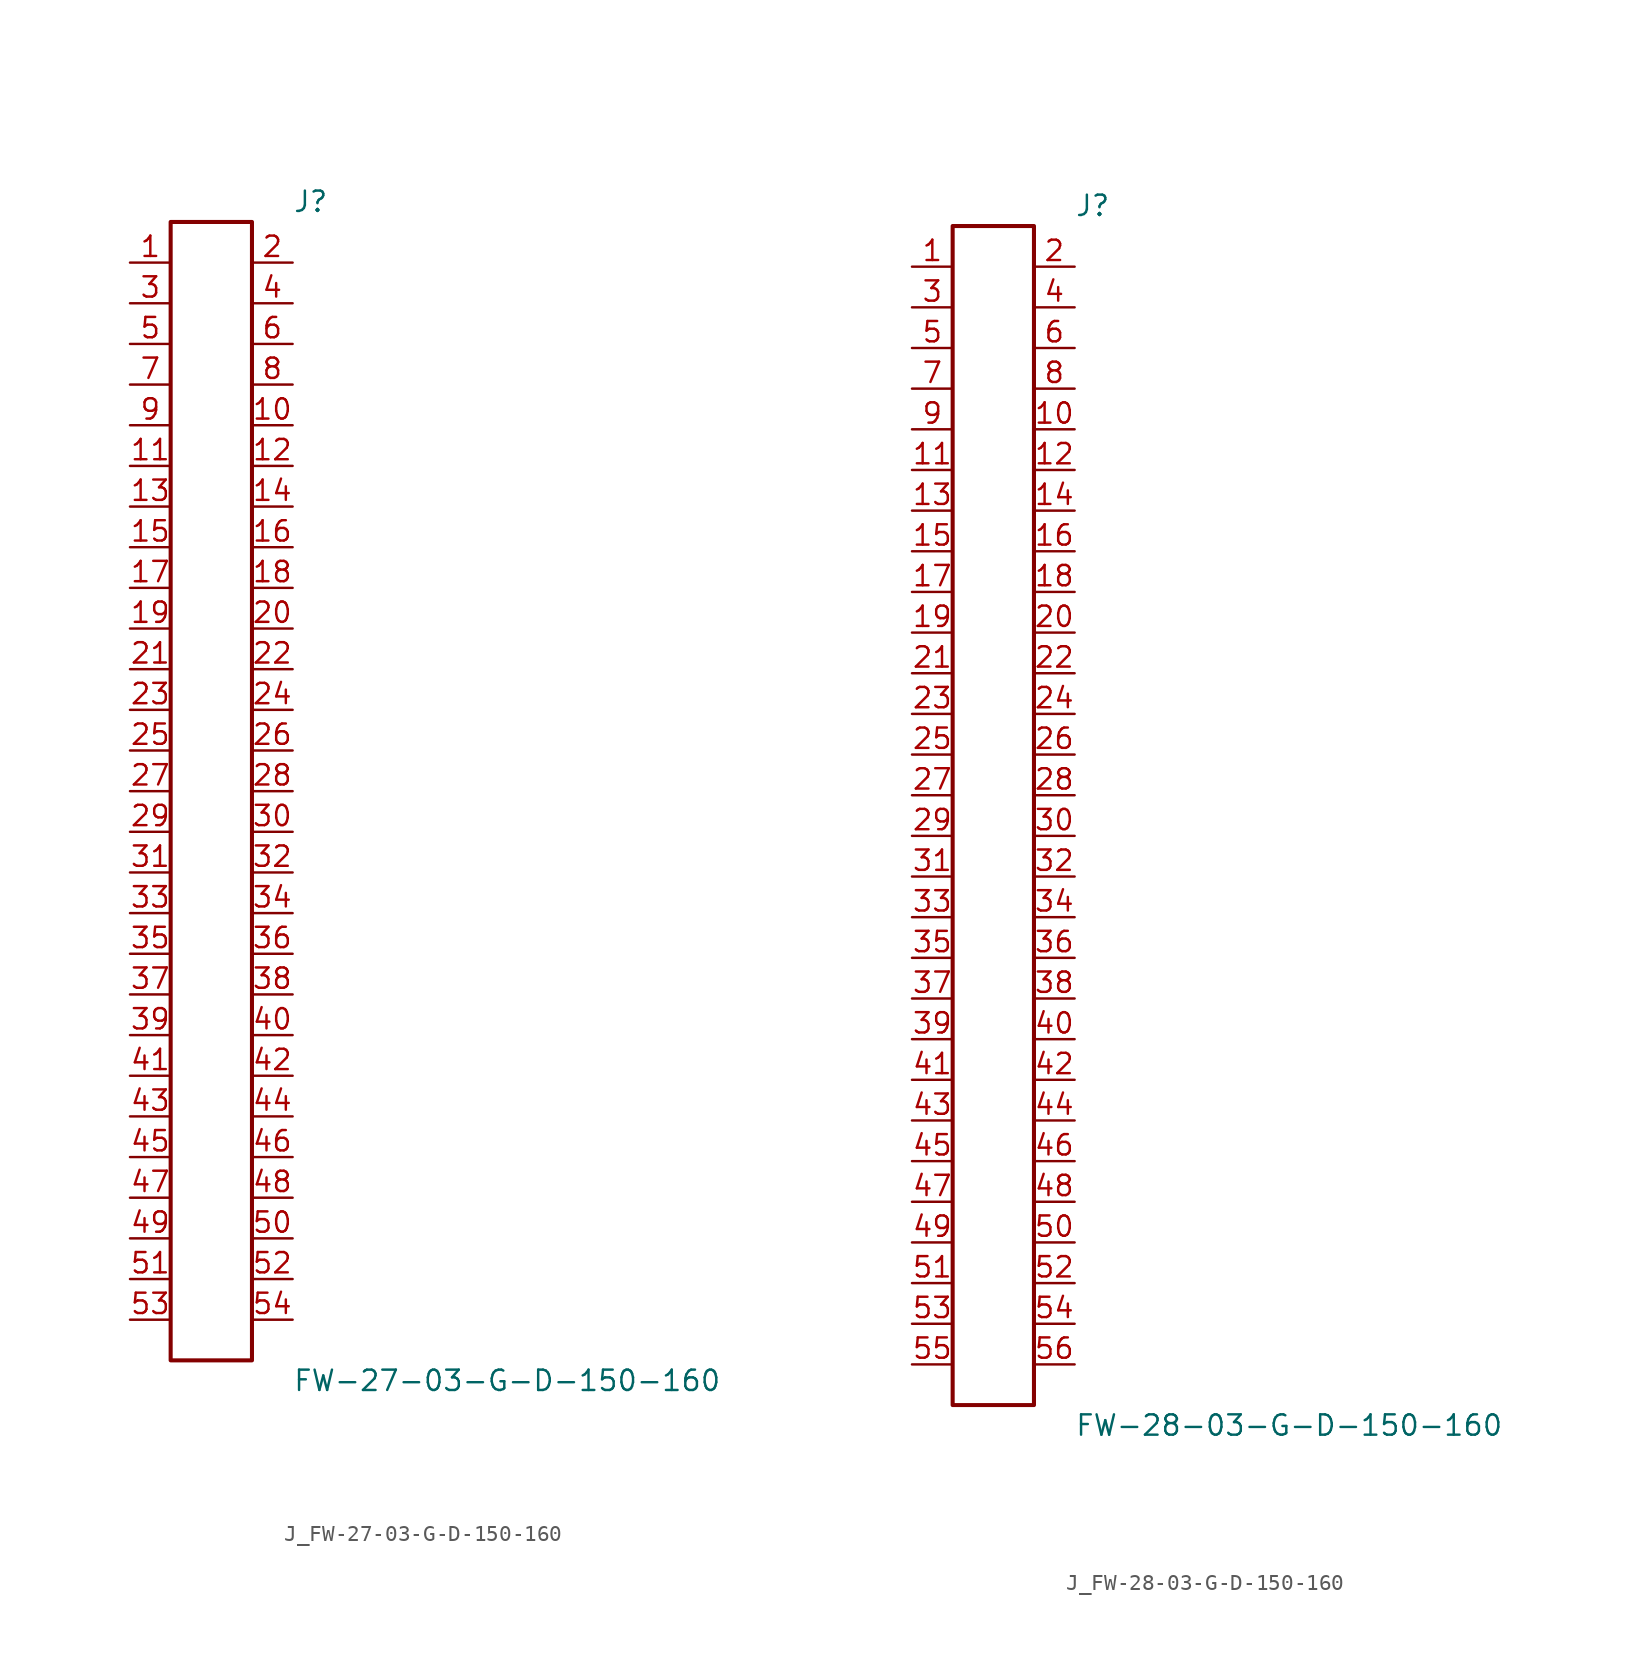
<source format=kicad_sym>
(kicad_symbol_lib
  (version 20231120)
  (generator kicad_symbol_editor)
  (generator_version 8.0)
  (symbol "J_FW-27-03-G-D-150-160"
    (pin_names
      (offset 0.254))
    (property "Reference" "J"
      (at 5.08 36.83 0)
      (effects (font (size 1.27 1.27)) (justify left)))
    (property "Value" "FW-27-03-G-D-150-160"
      (at 5.08 -36.83 0)
      (effects (font (size 1.27 1.27)) (justify left)))
    (symbol "J_FW-27-03-G-D-150-160_0_0"
      (pin passive line (at -5.08 33.02 0) (length 2.54) (name "" (effects (font (size 1.27 1.27)))) (number "1" (effects (font (size 1.27 1.27)))))
      (pin passive line (at 5.08 33.02 180) (length 2.54) (name "" (effects (font (size 1.27 1.27)))) (number "2" (effects (font (size 1.27 1.27)))))
      (pin passive line (at -5.08 30.48 0) (length 2.54) (name "" (effects (font (size 1.27 1.27)))) (number "3" (effects (font (size 1.27 1.27)))))
      (pin passive line (at 5.08 30.48 180) (length 2.54) (name "" (effects (font (size 1.27 1.27)))) (number "4" (effects (font (size 1.27 1.27)))))
      (pin passive line (at -5.08 27.94 0) (length 2.54) (name "" (effects (font (size 1.27 1.27)))) (number "5" (effects (font (size 1.27 1.27)))))
      (pin passive line (at 5.08 27.94 180) (length 2.54) (name "" (effects (font (size 1.27 1.27)))) (number "6" (effects (font (size 1.27 1.27)))))
      (pin passive line (at -5.08 25.4 0) (length 2.54) (name "" (effects (font (size 1.27 1.27)))) (number "7" (effects (font (size 1.27 1.27)))))
      (pin passive line (at 5.08 25.4 180) (length 2.54) (name "" (effects (font (size 1.27 1.27)))) (number "8" (effects (font (size 1.27 1.27)))))
      (pin passive line (at -5.08 22.86 0) (length 2.54) (name "" (effects (font (size 1.27 1.27)))) (number "9" (effects (font (size 1.27 1.27)))))
      (pin passive line (at 5.08 22.86 180) (length 2.54) (name "" (effects (font (size 1.27 1.27)))) (number "10" (effects (font (size 1.27 1.27)))))
      (pin passive line (at -5.08 20.32 0) (length 2.54) (name "" (effects (font (size 1.27 1.27)))) (number "11" (effects (font (size 1.27 1.27)))))
      (pin passive line (at 5.08 20.32 180) (length 2.54) (name "" (effects (font (size 1.27 1.27)))) (number "12" (effects (font (size 1.27 1.27)))))
      (pin passive line (at -5.08 17.78 0) (length 2.54) (name "" (effects (font (size 1.27 1.27)))) (number "13" (effects (font (size 1.27 1.27)))))
      (pin passive line (at 5.08 17.78 180) (length 2.54) (name "" (effects (font (size 1.27 1.27)))) (number "14" (effects (font (size 1.27 1.27)))))
      (pin passive line (at -5.08 15.24 0) (length 2.54) (name "" (effects (font (size 1.27 1.27)))) (number "15" (effects (font (size 1.27 1.27)))))
      (pin passive line (at 5.08 15.24 180) (length 2.54) (name "" (effects (font (size 1.27 1.27)))) (number "16" (effects (font (size 1.27 1.27)))))
      (pin passive line (at -5.08 12.7 0) (length 2.54) (name "" (effects (font (size 1.27 1.27)))) (number "17" (effects (font (size 1.27 1.27)))))
      (pin passive line (at 5.08 12.7 180) (length 2.54) (name "" (effects (font (size 1.27 1.27)))) (number "18" (effects (font (size 1.27 1.27)))))
      (pin passive line (at -5.08 10.16 0) (length 2.54) (name "" (effects (font (size 1.27 1.27)))) (number "19" (effects (font (size 1.27 1.27)))))
      (pin passive line (at 5.08 10.16 180) (length 2.54) (name "" (effects (font (size 1.27 1.27)))) (number "20" (effects (font (size 1.27 1.27)))))
      (pin passive line (at -5.08 7.62 0) (length 2.54) (name "" (effects (font (size 1.27 1.27)))) (number "21" (effects (font (size 1.27 1.27)))))
      (pin passive line (at 5.08 7.62 180) (length 2.54) (name "" (effects (font (size 1.27 1.27)))) (number "22" (effects (font (size 1.27 1.27)))))
      (pin passive line (at -5.08 5.08 0) (length 2.54) (name "" (effects (font (size 1.27 1.27)))) (number "23" (effects (font (size 1.27 1.27)))))
      (pin passive line (at 5.08 5.08 180) (length 2.54) (name "" (effects (font (size 1.27 1.27)))) (number "24" (effects (font (size 1.27 1.27)))))
      (pin passive line (at -5.08 2.54 0) (length 2.54) (name "" (effects (font (size 1.27 1.27)))) (number "25" (effects (font (size 1.27 1.27)))))
      (pin passive line (at 5.08 2.54 180) (length 2.54) (name "" (effects (font (size 1.27 1.27)))) (number "26" (effects (font (size 1.27 1.27)))))
      (pin passive line (at -5.08 0.0 0) (length 2.54) (name "" (effects (font (size 1.27 1.27)))) (number "27" (effects (font (size 1.27 1.27)))))
      (pin passive line (at 5.08 0.0 180) (length 2.54) (name "" (effects (font (size 1.27 1.27)))) (number "28" (effects (font (size 1.27 1.27)))))
      (pin passive line (at -5.08 -2.54 0) (length 2.54) (name "" (effects (font (size 1.27 1.27)))) (number "29" (effects (font (size 1.27 1.27)))))
      (pin passive line (at 5.08 -2.54 180) (length 2.54) (name "" (effects (font (size 1.27 1.27)))) (number "30" (effects (font (size 1.27 1.27)))))
      (pin passive line (at -5.08 -5.08 0) (length 2.54) (name "" (effects (font (size 1.27 1.27)))) (number "31" (effects (font (size 1.27 1.27)))))
      (pin passive line (at 5.08 -5.08 180) (length 2.54) (name "" (effects (font (size 1.27 1.27)))) (number "32" (effects (font (size 1.27 1.27)))))
      (pin passive line (at -5.08 -7.62 0) (length 2.54) (name "" (effects (font (size 1.27 1.27)))) (number "33" (effects (font (size 1.27 1.27)))))
      (pin passive line (at 5.08 -7.62 180) (length 2.54) (name "" (effects (font (size 1.27 1.27)))) (number "34" (effects (font (size 1.27 1.27)))))
      (pin passive line (at -5.08 -10.16 0) (length 2.54) (name "" (effects (font (size 1.27 1.27)))) (number "35" (effects (font (size 1.27 1.27)))))
      (pin passive line (at 5.08 -10.16 180) (length 2.54) (name "" (effects (font (size 1.27 1.27)))) (number "36" (effects (font (size 1.27 1.27)))))
      (pin passive line (at -5.08 -12.7 0) (length 2.54) (name "" (effects (font (size 1.27 1.27)))) (number "37" (effects (font (size 1.27 1.27)))))
      (pin passive line (at 5.08 -12.7 180) (length 2.54) (name "" (effects (font (size 1.27 1.27)))) (number "38" (effects (font (size 1.27 1.27)))))
      (pin passive line (at -5.08 -15.24 0) (length 2.54) (name "" (effects (font (size 1.27 1.27)))) (number "39" (effects (font (size 1.27 1.27)))))
      (pin passive line (at 5.08 -15.24 180) (length 2.54) (name "" (effects (font (size 1.27 1.27)))) (number "40" (effects (font (size 1.27 1.27)))))
      (pin passive line (at -5.08 -17.78 0) (length 2.54) (name "" (effects (font (size 1.27 1.27)))) (number "41" (effects (font (size 1.27 1.27)))))
      (pin passive line (at 5.08 -17.78 180) (length 2.54) (name "" (effects (font (size 1.27 1.27)))) (number "42" (effects (font (size 1.27 1.27)))))
      (pin passive line (at -5.08 -20.32 0) (length 2.54) (name "" (effects (font (size 1.27 1.27)))) (number "43" (effects (font (size 1.27 1.27)))))
      (pin passive line (at 5.08 -20.32 180) (length 2.54) (name "" (effects (font (size 1.27 1.27)))) (number "44" (effects (font (size 1.27 1.27)))))
      (pin passive line (at -5.08 -22.86 0) (length 2.54) (name "" (effects (font (size 1.27 1.27)))) (number "45" (effects (font (size 1.27 1.27)))))
      (pin passive line (at 5.08 -22.86 180) (length 2.54) (name "" (effects (font (size 1.27 1.27)))) (number "46" (effects (font (size 1.27 1.27)))))
      (pin passive line (at -5.08 -25.4 0) (length 2.54) (name "" (effects (font (size 1.27 1.27)))) (number "47" (effects (font (size 1.27 1.27)))))
      (pin passive line (at 5.08 -25.4 180) (length 2.54) (name "" (effects (font (size 1.27 1.27)))) (number "48" (effects (font (size 1.27 1.27)))))
      (pin passive line (at -5.08 -27.94 0) (length 2.54) (name "" (effects (font (size 1.27 1.27)))) (number "49" (effects (font (size 1.27 1.27)))))
      (pin passive line (at 5.08 -27.94 180) (length 2.54) (name "" (effects (font (size 1.27 1.27)))) (number "50" (effects (font (size 1.27 1.27)))))
      (pin passive line (at -5.08 -30.48 0) (length 2.54) (name "" (effects (font (size 1.27 1.27)))) (number "51" (effects (font (size 1.27 1.27)))))
      (pin passive line (at 5.08 -30.48 180) (length 2.54) (name "" (effects (font (size 1.27 1.27)))) (number "52" (effects (font (size 1.27 1.27)))))
      (pin passive line (at -5.08 -33.02 0) (length 2.54) (name "" (effects (font (size 1.27 1.27)))) (number "53" (effects (font (size 1.27 1.27)))))
      (pin passive line (at 5.08 -33.02 180) (length 2.54) (name "" (effects (font (size 1.27 1.27)))) (number "54" (effects (font (size 1.27 1.27))))))
    (symbol "J_FW-27-03-G-D-150-160_1_0"
      (rectangle (start -2.54 35.56) (end 2.54 -35.56) (stroke (width 0.254) (type solid)) (fill (type none)))))
  (symbol "J_FW-28-03-G-D-150-160"
    (pin_names
      (offset 0.254))
    (property "Reference" "J"
      (at 5.08 38.1 0)
      (effects (font (size 1.27 1.27)) (justify left)))
    (property "Value" "FW-28-03-G-D-150-160"
      (at 5.08 -38.1 0)
      (effects (font (size 1.27 1.27)) (justify left)))
    (symbol "J_FW-28-03-G-D-150-160_0_0"
      (pin passive line (at -5.08 34.29 0) (length 2.54) (name "" (effects (font (size 1.27 1.27)))) (number "1" (effects (font (size 1.27 1.27)))))
      (pin passive line (at 5.08 34.29 180) (length 2.54) (name "" (effects (font (size 1.27 1.27)))) (number "2" (effects (font (size 1.27 1.27)))))
      (pin passive line (at -5.08 31.75 0) (length 2.54) (name "" (effects (font (size 1.27 1.27)))) (number "3" (effects (font (size 1.27 1.27)))))
      (pin passive line (at 5.08 31.75 180) (length 2.54) (name "" (effects (font (size 1.27 1.27)))) (number "4" (effects (font (size 1.27 1.27)))))
      (pin passive line (at -5.08 29.21 0) (length 2.54) (name "" (effects (font (size 1.27 1.27)))) (number "5" (effects (font (size 1.27 1.27)))))
      (pin passive line (at 5.08 29.21 180) (length 2.54) (name "" (effects (font (size 1.27 1.27)))) (number "6" (effects (font (size 1.27 1.27)))))
      (pin passive line (at -5.08 26.67 0) (length 2.54) (name "" (effects (font (size 1.27 1.27)))) (number "7" (effects (font (size 1.27 1.27)))))
      (pin passive line (at 5.08 26.67 180) (length 2.54) (name "" (effects (font (size 1.27 1.27)))) (number "8" (effects (font (size 1.27 1.27)))))
      (pin passive line (at -5.08 24.13 0) (length 2.54) (name "" (effects (font (size 1.27 1.27)))) (number "9" (effects (font (size 1.27 1.27)))))
      (pin passive line (at 5.08 24.13 180) (length 2.54) (name "" (effects (font (size 1.27 1.27)))) (number "10" (effects (font (size 1.27 1.27)))))
      (pin passive line (at -5.08 21.59 0) (length 2.54) (name "" (effects (font (size 1.27 1.27)))) (number "11" (effects (font (size 1.27 1.27)))))
      (pin passive line (at 5.08 21.59 180) (length 2.54) (name "" (effects (font (size 1.27 1.27)))) (number "12" (effects (font (size 1.27 1.27)))))
      (pin passive line (at -5.08 19.05 0) (length 2.54) (name "" (effects (font (size 1.27 1.27)))) (number "13" (effects (font (size 1.27 1.27)))))
      (pin passive line (at 5.08 19.05 180) (length 2.54) (name "" (effects (font (size 1.27 1.27)))) (number "14" (effects (font (size 1.27 1.27)))))
      (pin passive line (at -5.08 16.51 0) (length 2.54) (name "" (effects (font (size 1.27 1.27)))) (number "15" (effects (font (size 1.27 1.27)))))
      (pin passive line (at 5.08 16.51 180) (length 2.54) (name "" (effects (font (size 1.27 1.27)))) (number "16" (effects (font (size 1.27 1.27)))))
      (pin passive line (at -5.08 13.97 0) (length 2.54) (name "" (effects (font (size 1.27 1.27)))) (number "17" (effects (font (size 1.27 1.27)))))
      (pin passive line (at 5.08 13.97 180) (length 2.54) (name "" (effects (font (size 1.27 1.27)))) (number "18" (effects (font (size 1.27 1.27)))))
      (pin passive line (at -5.08 11.43 0) (length 2.54) (name "" (effects (font (size 1.27 1.27)))) (number "19" (effects (font (size 1.27 1.27)))))
      (pin passive line (at 5.08 11.43 180) (length 2.54) (name "" (effects (font (size 1.27 1.27)))) (number "20" (effects (font (size 1.27 1.27)))))
      (pin passive line (at -5.08 8.89 0) (length 2.54) (name "" (effects (font (size 1.27 1.27)))) (number "21" (effects (font (size 1.27 1.27)))))
      (pin passive line (at 5.08 8.89 180) (length 2.54) (name "" (effects (font (size 1.27 1.27)))) (number "22" (effects (font (size 1.27 1.27)))))
      (pin passive line (at -5.08 6.35 0) (length 2.54) (name "" (effects (font (size 1.27 1.27)))) (number "23" (effects (font (size 1.27 1.27)))))
      (pin passive line (at 5.08 6.35 180) (length 2.54) (name "" (effects (font (size 1.27 1.27)))) (number "24" (effects (font (size 1.27 1.27)))))
      (pin passive line (at -5.08 3.81 0) (length 2.54) (name "" (effects (font (size 1.27 1.27)))) (number "25" (effects (font (size 1.27 1.27)))))
      (pin passive line (at 5.08 3.81 180) (length 2.54) (name "" (effects (font (size 1.27 1.27)))) (number "26" (effects (font (size 1.27 1.27)))))
      (pin passive line (at -5.08 1.27 0) (length 2.54) (name "" (effects (font (size 1.27 1.27)))) (number "27" (effects (font (size 1.27 1.27)))))
      (pin passive line (at 5.08 1.27 180) (length 2.54) (name "" (effects (font (size 1.27 1.27)))) (number "28" (effects (font (size 1.27 1.27)))))
      (pin passive line (at -5.08 -1.27 0) (length 2.54) (name "" (effects (font (size 1.27 1.27)))) (number "29" (effects (font (size 1.27 1.27)))))
      (pin passive line (at 5.08 -1.27 180) (length 2.54) (name "" (effects (font (size 1.27 1.27)))) (number "30" (effects (font (size 1.27 1.27)))))
      (pin passive line (at -5.08 -3.81 0) (length 2.54) (name "" (effects (font (size 1.27 1.27)))) (number "31" (effects (font (size 1.27 1.27)))))
      (pin passive line (at 5.08 -3.81 180) (length 2.54) (name "" (effects (font (size 1.27 1.27)))) (number "32" (effects (font (size 1.27 1.27)))))
      (pin passive line (at -5.08 -6.35 0) (length 2.54) (name "" (effects (font (size 1.27 1.27)))) (number "33" (effects (font (size 1.27 1.27)))))
      (pin passive line (at 5.08 -6.35 180) (length 2.54) (name "" (effects (font (size 1.27 1.27)))) (number "34" (effects (font (size 1.27 1.27)))))
      (pin passive line (at -5.08 -8.89 0) (length 2.54) (name "" (effects (font (size 1.27 1.27)))) (number "35" (effects (font (size 1.27 1.27)))))
      (pin passive line (at 5.08 -8.89 180) (length 2.54) (name "" (effects (font (size 1.27 1.27)))) (number "36" (effects (font (size 1.27 1.27)))))
      (pin passive line (at -5.08 -11.43 0) (length 2.54) (name "" (effects (font (size 1.27 1.27)))) (number "37" (effects (font (size 1.27 1.27)))))
      (pin passive line (at 5.08 -11.43 180) (length 2.54) (name "" (effects (font (size 1.27 1.27)))) (number "38" (effects (font (size 1.27 1.27)))))
      (pin passive line (at -5.08 -13.97 0) (length 2.54) (name "" (effects (font (size 1.27 1.27)))) (number "39" (effects (font (size 1.27 1.27)))))
      (pin passive line (at 5.08 -13.97 180) (length 2.54) (name "" (effects (font (size 1.27 1.27)))) (number "40" (effects (font (size 1.27 1.27)))))
      (pin passive line (at -5.08 -16.51 0) (length 2.54) (name "" (effects (font (size 1.27 1.27)))) (number "41" (effects (font (size 1.27 1.27)))))
      (pin passive line (at 5.08 -16.51 180) (length 2.54) (name "" (effects (font (size 1.27 1.27)))) (number "42" (effects (font (size 1.27 1.27)))))
      (pin passive line (at -5.08 -19.05 0) (length 2.54) (name "" (effects (font (size 1.27 1.27)))) (number "43" (effects (font (size 1.27 1.27)))))
      (pin passive line (at 5.08 -19.05 180) (length 2.54) (name "" (effects (font (size 1.27 1.27)))) (number "44" (effects (font (size 1.27 1.27)))))
      (pin passive line (at -5.08 -21.59 0) (length 2.54) (name "" (effects (font (size 1.27 1.27)))) (number "45" (effects (font (size 1.27 1.27)))))
      (pin passive line (at 5.08 -21.59 180) (length 2.54) (name "" (effects (font (size 1.27 1.27)))) (number "46" (effects (font (size 1.27 1.27)))))
      (pin passive line (at -5.08 -24.13 0) (length 2.54) (name "" (effects (font (size 1.27 1.27)))) (number "47" (effects (font (size 1.27 1.27)))))
      (pin passive line (at 5.08 -24.13 180) (length 2.54) (name "" (effects (font (size 1.27 1.27)))) (number "48" (effects (font (size 1.27 1.27)))))
      (pin passive line (at -5.08 -26.67 0) (length 2.54) (name "" (effects (font (size 1.27 1.27)))) (number "49" (effects (font (size 1.27 1.27)))))
      (pin passive line (at 5.08 -26.67 180) (length 2.54) (name "" (effects (font (size 1.27 1.27)))) (number "50" (effects (font (size 1.27 1.27)))))
      (pin passive line (at -5.08 -29.21 0) (length 2.54) (name "" (effects (font (size 1.27 1.27)))) (number "51" (effects (font (size 1.27 1.27)))))
      (pin passive line (at 5.08 -29.21 180) (length 2.54) (name "" (effects (font (size 1.27 1.27)))) (number "52" (effects (font (size 1.27 1.27)))))
      (pin passive line (at -5.08 -31.75 0) (length 2.54) (name "" (effects (font (size 1.27 1.27)))) (number "53" (effects (font (size 1.27 1.27)))))
      (pin passive line (at 5.08 -31.75 180) (length 2.54) (name "" (effects (font (size 1.27 1.27)))) (number "54" (effects (font (size 1.27 1.27)))))
      (pin passive line (at -5.08 -34.29 0) (length 2.54) (name "" (effects (font (size 1.27 1.27)))) (number "55" (effects (font (size 1.27 1.27)))))
      (pin passive line (at 5.08 -34.29 180) (length 2.54) (name "" (effects (font (size 1.27 1.27)))) (number "56" (effects (font (size 1.27 1.27))))))
    (symbol "J_FW-28-03-G-D-150-160_1_0"
      (rectangle (start -2.54 36.83) (end 2.54 -36.83) (stroke (width 0.254) (type solid)) (fill (type none))))))
</source>
